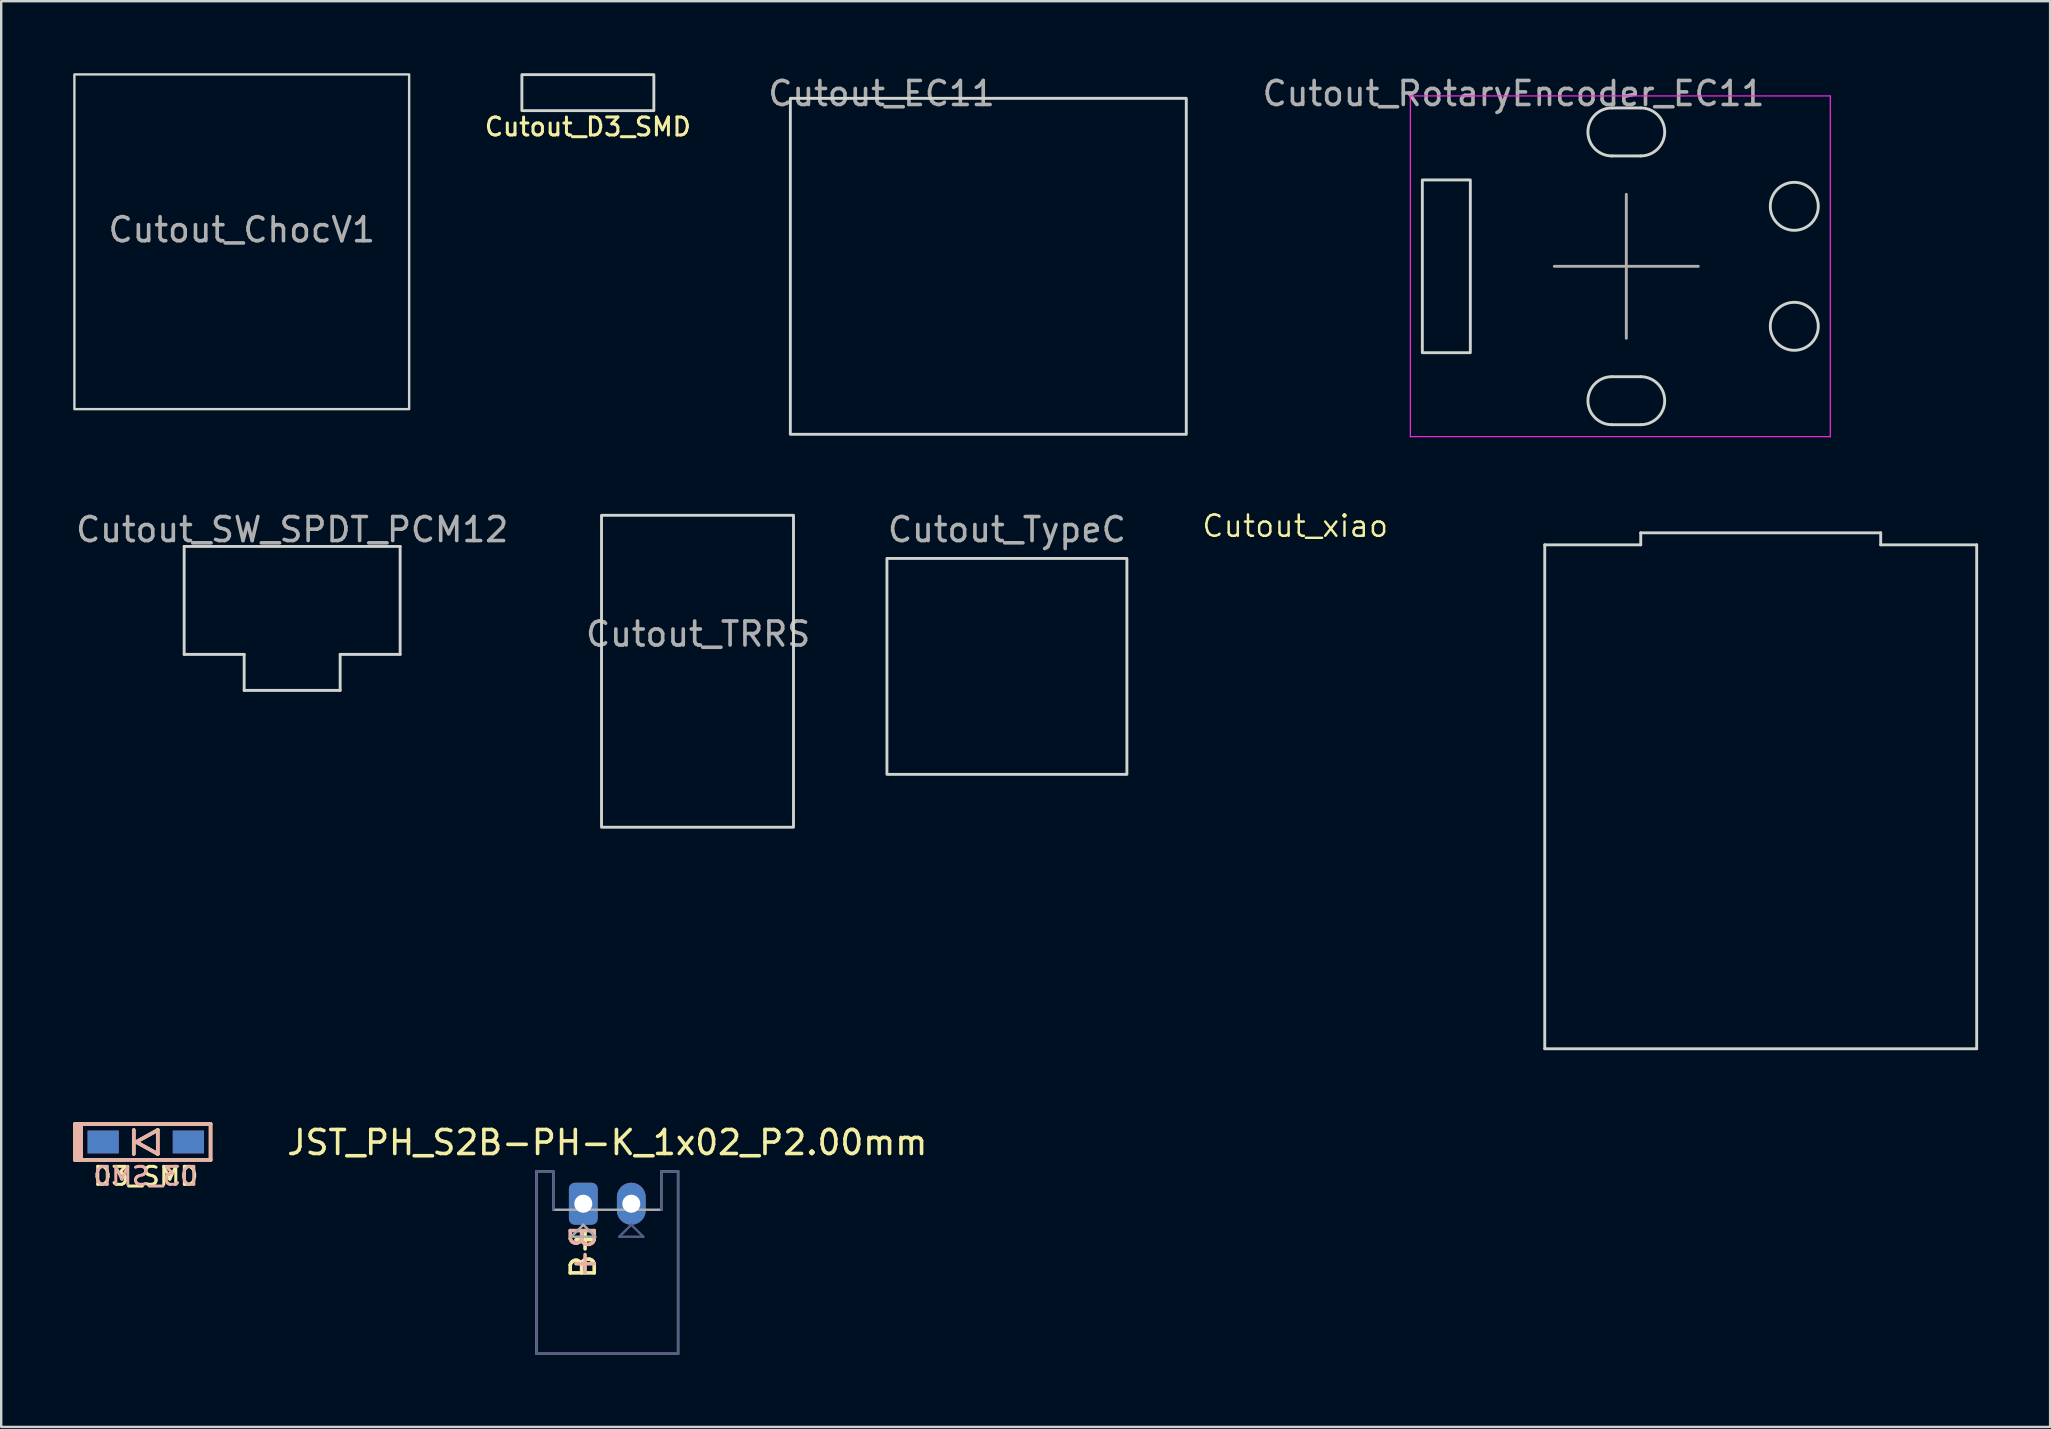
<source format=kicad_pcb>
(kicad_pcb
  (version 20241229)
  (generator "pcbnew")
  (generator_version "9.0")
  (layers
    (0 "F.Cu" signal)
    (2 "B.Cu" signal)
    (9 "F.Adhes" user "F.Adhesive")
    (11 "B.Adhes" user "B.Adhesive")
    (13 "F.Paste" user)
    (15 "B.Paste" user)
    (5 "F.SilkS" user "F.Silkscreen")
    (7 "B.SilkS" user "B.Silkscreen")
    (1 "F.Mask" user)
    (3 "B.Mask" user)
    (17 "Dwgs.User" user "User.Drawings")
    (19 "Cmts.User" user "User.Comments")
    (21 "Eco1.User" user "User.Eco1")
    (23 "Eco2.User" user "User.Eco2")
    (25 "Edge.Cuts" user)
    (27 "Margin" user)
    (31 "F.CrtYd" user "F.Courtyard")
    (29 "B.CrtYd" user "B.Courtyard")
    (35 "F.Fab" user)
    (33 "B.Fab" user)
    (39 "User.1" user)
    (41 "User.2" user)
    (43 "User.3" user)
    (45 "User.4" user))
  (footprint "Cutout_EC11"
    (layer "F.Cu")
    (at 38.386 8.048)
    (property "Reference" "Cutout_EC11" (at -4.7 -7.2 0) (layer "F.Fab") (effects (font (size 1 1) (thickness 0.15))))
    (attr through_hole)
    (fp_rect (start -8.5 -7) (end 8 7) (stroke (width 0.12) (type solid)) (fill no) (layer "Edge.Cuts")))
  (footprint "Cutout_RotaryEncoder_EC11"
    (layer "F.Cu")
    (at 64.723 8.048)
    (property "Reference" "Cutout_RotaryEncoder_EC11" (at -4.7 -7.2 0) (layer "F.Fab") (effects (font (size 1 1) (thickness 0.15))))
    (attr through_hole)
    (fp_line (start -0.6 -6.6) (end 0.6 -6.6) (stroke (width 0.12) (type solid)) (layer "Edge.Cuts"))
    (fp_line (start -0.6 -4.6) (end 0.6 -4.6) (stroke (width 0.12) (type solid)) (layer "Edge.Cuts"))
    (fp_line (start -0.6 4.6) (end 0.6 4.6) (stroke (width 0.12) (type solid)) (layer "Edge.Cuts"))
    (fp_line (start -0.6 6.6) (end 0.6 6.6) (stroke (width 0.12) (type solid)) (layer "Edge.Cuts"))
    (fp_rect (start -8.5 -3.6) (end -6.5 3.6) (stroke (width 0.12) (type solid)) (fill no) (layer "Edge.Cuts"))
    (fp_arc (start -0.6 -4.6) (mid -1.6 -5.6) (end -0.6 -6.6) (stroke (width 0.12) (type solid)) (layer "Edge.Cuts"))
    (fp_arc (start -0.6 6.6) (mid -1.6 5.6) (end -0.6 4.6) (stroke (width 0.12) (type solid)) (layer "Edge.Cuts"))
    (fp_arc (start 0.6 -6.6) (mid 1.6 -5.6) (end 0.6 -4.6) (stroke (width 0.12) (type solid)) (layer "Edge.Cuts"))
    (fp_arc (start 0.6 4.6) (mid 1.6 5.6) (end 0.6 6.6) (stroke (width 0.12) (type solid)) (layer "Edge.Cuts"))
    (fp_circle (center 7 -2.5) (end 7 -3.5) (stroke (width 0.12) (type solid)) (fill no) (layer "Edge.Cuts"))
    (fp_circle (center 7 2.5) (end 7 1.5) (stroke (width 0.12) (type solid)) (fill no) (layer "Edge.Cuts"))
    (fp_line (start -9 -7.1) (end -9 7.1) (stroke (width 0.05) (type solid)) (layer "F.CrtYd"))
    (fp_line (start -9 -7.1) (end 8.5 -7.1) (stroke (width 0.05) (type solid)) (layer "F.CrtYd"))
    (fp_line (start 8.5 7.1) (end -9 7.1) (stroke (width 0.05) (type solid)) (layer "F.CrtYd"))
    (fp_line (start 8.5 7.1) (end 8.5 -7.1) (stroke (width 0.05) (type solid)) (layer "F.CrtYd"))
    (fp_line (start -3 0) (end 3 0) (stroke (width 0.12) (type solid)) (layer "F.Fab"))
    (fp_line (start 0 -3) (end 0 3) (stroke (width 0.12) (type solid)) (layer "F.Fab")))
  (footprint "JST_PH_S2B-PH-K_1x02_P2.00mm"
    (layer "F.Cu")
    (at 21.258 47.113)
    (property "Reference" "JST_PH_S2B-PH-K_1x02_P2.00mm" (at 1 -2.55 0) (layer "F.SilkS") (effects (font (size 1 1) (thickness 0.15))))
    (attr through_hole)
    (fp_line (start -1.95 -1.35) (end -1.25 -1.35) (stroke (width 0.1) (type solid)) (layer "B.Fab"))
    (fp_line (start -1.95 6.25) (end -1.95 -1.35) (stroke (width 0.1) (type solid)) (layer "B.Fab"))
    (fp_line (start -1.25 -1.35) (end -1.25 0.25) (stroke (width 0.1) (type solid)) (layer "B.Fab"))
    (fp_line (start 1.5 1.375) (end 2 0.875) (stroke (width 0.1) (type solid)) (layer "B.Fab"))
    (fp_line (start 2 0.875) (end 2.5 1.375) (stroke (width 0.1) (type solid)) (layer "B.Fab"))
    (fp_line (start 2.5 1.375) (end 1.5 1.375) (stroke (width 0.1) (type solid)) (layer "B.Fab"))
    (fp_line (start 3.25 -1.35) (end 3.95 -1.35) (stroke (width 0.1) (type solid)) (layer "B.Fab"))
    (fp_line (start 3.25 0.25) (end 3.25 -1.35) (stroke (width 0.1) (type solid)) (layer "B.Fab"))
    (fp_line (start 3.95 -1.35) (end 3.95 6.25) (stroke (width 0.1) (type solid)) (layer "B.Fab"))
    (fp_line (start 3.95 6.25) (end -1.95 6.25) (stroke (width 0.1) (type solid)) (layer "B.Fab"))
    (fp_line (start -1.95 -1.35) (end -1.95 6.25) (stroke (width 0.1) (type solid)) (layer "F.Fab"))
    (fp_line (start -1.95 6.25) (end 3.95 6.25) (stroke (width 0.1) (type solid)) (layer "F.Fab"))
    (fp_line (start -1.25 -1.35) (end -1.95 -1.35) (stroke (width 0.1) (type solid)) (layer "F.Fab"))
    (fp_line (start -1.25 0.25) (end -1.25 -1.35) (stroke (width 0.1) (type solid)) (layer "F.Fab"))
    (fp_line (start -0.5 1.375) (end 0.5 1.375) (stroke (width 0.1) (type solid)) (layer "F.Fab"))
    (fp_line (start 0 0.875) (end -0.5 1.375) (stroke (width 0.1) (type solid)) (layer "F.Fab"))
    (fp_line (start 0.5 1.375) (end 0 0.875) (stroke (width 0.1) (type solid)) (layer "F.Fab"))
    (fp_line (start 3.25 -1.35) (end 3.25 0.25) (stroke (width 0.1) (type solid)) (layer "F.Fab"))
    (fp_line (start 3.25 0.25) (end -1.25 0.25) (stroke (width 0.1) (type solid)) (layer "F.Fab"))
    (fp_line (start 3.95 -1.35) (end 3.25 -1.35) (stroke (width 0.1) (type solid)) (layer "F.Fab"))
    (fp_line (start 3.95 6.25) (end 3.95 -1.35) (stroke (width 0.1) (type solid)) (layer "F.Fab"))
    (fp_text user "B+" (at 0 2 90) (layer "F.SilkS") (effects (font (size 1 1) (thickness 0.15))))
    (fp_text user "B+" (at 0 2 90) (layer "B.SilkS") (effects (font (size 1 1) (thickness 0.15)) (justify mirror)))
    (pad "1" thru_hole roundrect (at 0 0) (size 1.2 1.75) (drill 0.75) (layers "*.Cu" "*.Mask") (roundrect_rratio 0.208))
    (pad "2" thru_hole oval (at 2 0) (size 1.2 1.75) (drill 0.75) (layers "*.Cu" "*.Mask")))
  (footprint "Cutout_D3_SMD"
    (layer "F.Cu")
    (at 21.448 0.81)
    (property "Reference" "Cutout_D3_SMD" (at 0 1.425 0) (layer "F.SilkS") (effects (font (size 0.75 0.75) (thickness 0.125))))
    (fp_rect (start -2.75 -0.75) (end 2.75 0.75) (stroke (width 0.12) (type solid)) (fill no) (layer "Edge.Cuts")))
  (footprint "D3_SMD"
    (layer "F.Cu")
    (at 3.025 44.539)
    (property "Reference" "D3_SMD" (at 0 1.425 0) (layer "F.SilkS") (effects (font (size 0.75 0.75) (thickness 0.125))))
    (attr through_hole)
    (fp_line (start -2.95 -0.75) (end -2.95 0.75) (stroke (width 0.15) (type solid)) (layer "F.SilkS"))
    (fp_line (start -2.95 0.75) (end 2.7 0.75) (stroke (width 0.15) (type solid)) (layer "F.SilkS"))
    (fp_line (start -2.825 -0.75) (end -2.825 0.75) (stroke (width 0.15) (type solid)) (layer "F.SilkS"))
    (fp_line (start -2.7 -0.75) (end -2.7 0.75) (stroke (width 0.15) (type solid)) (layer "F.SilkS"))
    (fp_line (start -0.5 -0.5) (end -0.5 0.5) (stroke (width 0.15) (type solid)) (layer "F.SilkS"))
    (fp_line (start -0.4 0) (end 0.5 -0.5) (stroke (width 0.15) (type solid)) (layer "F.SilkS"))
    (fp_line (start 0.5 -0.5) (end 0.5 0.5) (stroke (width 0.15) (type solid)) (layer "F.SilkS"))
    (fp_line (start 0.5 0.5) (end -0.4 0) (stroke (width 0.15) (type solid)) (layer "F.SilkS"))
    (fp_line (start 2.7 -0.75) (end -2.95 -0.75) (stroke (width 0.15) (type solid)) (layer "F.SilkS"))
    (fp_line (start 2.7 -0.75) (end 2.7 0.75) (stroke (width 0.15) (type solid)) (layer "F.SilkS"))
    (fp_line (start -2.95 -0.75) (end -2.95 0.75) (stroke (width 0.15) (type solid)) (layer "B.SilkS"))
    (fp_line (start -2.95 0.75) (end 2.7 0.75) (stroke (width 0.15) (type solid)) (layer "B.SilkS"))
    (fp_line (start -2.825 -0.75) (end -2.825 0.75) (stroke (width 0.15) (type solid)) (layer "B.SilkS"))
    (fp_line (start -2.7 -0.75) (end -2.7 0.75) (stroke (width 0.15) (type solid)) (layer "B.SilkS"))
    (fp_line (start -0.5 -0.5) (end -0.5 0.5) (stroke (width 0.15) (type solid)) (layer "B.SilkS"))
    (fp_line (start -0.4 0) (end 0.5 -0.5) (stroke (width 0.15) (type solid)) (layer "B.SilkS"))
    (fp_line (start 0.5 -0.5) (end 0.5 0.5) (stroke (width 0.15) (type solid)) (layer "B.SilkS"))
    (fp_line (start 0.5 0.5) (end -0.4 0) (stroke (width 0.15) (type solid)) (layer "B.SilkS"))
    (fp_line (start 2.7 -0.75) (end -2.95 -0.75) (stroke (width 0.15) (type solid)) (layer "B.SilkS"))
    (fp_line (start 2.7 0.75) (end 2.7 -0.75) (stroke (width 0.15) (type solid)) (layer "B.SilkS"))
    (fp_text user "${REFERENCE}" (at 0 1.425 0) (layer "B.SilkS") (effects (font (size 0.75 0.75) (thickness 0.125)) (justify mirror)))
    (pad "1" smd rect (at -1.775 0) (size 1.3 0.95) (layers "F.Cu" "F.Mask" "F.Paste"))
    (pad "1" smd rect (at -1.775 0) (size 1.3 0.95) (layers "B.Cu" "B.Mask" "B.Paste"))
    (pad "2" smd rect (at 1.775 0) (size 1.3 0.95) (layers "F.Cu" "F.Mask" "F.Paste"))
    (pad "2" smd rect (at 1.775 0) (size 1.3 0.95) (layers "B.Cu" "B.Mask" "B.Paste")))
  (footprint "Cutout_SW_SPDT_PCM12"
    (layer "F.Cu")
    (at 9.125 22.221)
    (property "Reference" "Cutout_SW_SPDT_PCM12" (at 0 -3.2 0) (layer "F.Fab") (effects (font (size 1 1) (thickness 0.15))))
    (attr smd)
    (fp_line (start -4.5 -2.5) (end -4.5 2) (stroke (width 0.12) (type solid)) (layer "Edge.Cuts"))
    (fp_line (start -4.5 2) (end -2 2) (stroke (width 0.12) (type solid)) (layer "Edge.Cuts"))
    (fp_line (start -2 2) (end -2 3.5) (stroke (width 0.12) (type solid)) (layer "Edge.Cuts"))
    (fp_line (start -2 3.5) (end 2 3.5) (stroke (width 0.12) (type solid)) (layer "Edge.Cuts"))
    (fp_line (start 2 2) (end 4.5 2) (stroke (width 0.12) (type solid)) (layer "Edge.Cuts"))
    (fp_line (start 2 3.5) (end 2 2) (stroke (width 0.12) (type solid)) (layer "Edge.Cuts"))
    (fp_line (start 4.5 -2.5) (end -4.5 -2.5) (stroke (width 0.12) (type solid)) (layer "Edge.Cuts"))
    (fp_line (start 4.5 2) (end 4.5 -2.5) (stroke (width 0.12) (type solid)) (layer "Edge.Cuts")))
  (footprint "Cutout_TRRS"
    (layer "F.Cu")
    (at 26.017 18.423)
    (property "Reference" "Cutout_TRRS" (at 0.025 4.95 0) (layer "F.Fab") (effects (font (size 1 1) (thickness 0.15))))
    (attr through_hole)
    (fp_rect (start -4 0) (end 4 13) (stroke (width 0.12) (type solid)) (fill no) (layer "Edge.Cuts")))
  (footprint "Cutout_TypeC"
    (layer "F.Cu")
    (at 38.911 29.221)
    (property "Reference" "Cutout_TypeC" (at 0 -10.2 0) (layer "F.Fab") (effects (font (size 1 1) (thickness 0.15))))
    (attr through_hole)
    (fp_rect (start -5 -9) (end 5 0) (stroke (width 0.12) (type solid)) (fill no) (layer "Edge.Cuts")))
  (footprint "Cutout_xiao"
    (layer "F.Cu")
    (at 70.324 30.154)
    (property "Reference" "Cutout_xiao" (at -19.399 -11.283 0) (layer "F.SilkS") (effects (font (size 0.889 0.889) (thickness 0.102))))
    (attr smd exclude_from_pos_files)
    (fp_line (start -9 -10.5) (end -9 10.5) (stroke (width 0.12) (type solid)) (layer "Edge.Cuts"))
    (fp_line (start -9 10.5) (end 9 10.5) (stroke (width 0.12) (type solid)) (layer "Edge.Cuts"))
    (fp_line (start -5 -11) (end -5 -10.5) (stroke (width 0.12) (type solid)) (layer "Edge.Cuts"))
    (fp_line (start -5 -10.5) (end -9 -10.5) (stroke (width 0.12) (type solid)) (layer "Edge.Cuts"))
    (fp_line (start 5 -11) (end -5 -11) (stroke (width 0.12) (type solid)) (layer "Edge.Cuts"))
    (fp_line (start 5 -10.5) (end 5 -11) (stroke (width 0.12) (type solid)) (layer "Edge.Cuts"))
    (fp_line (start 9 -10.5) (end 5 -10.5) (stroke (width 0.12) (type solid)) (layer "Edge.Cuts"))
    (fp_line (start 9 10.5) (end 9 -10.5) (stroke (width 0.12) (type solid)) (layer "Edge.Cuts")))
  (footprint "Cutout_ChocV1"
    (layer "F.Cu")
    (at 7.025 7.025)
    (property "Reference" "Cutout_ChocV1" (at 0 -0.5 0) (unlocked yes) (layer "F.Fab") (effects (font (size 1 1) (thickness 0.15))))
    (fp_rect (start -6.975 -6.975) (end 6.975 6.975) (stroke (width 0.1) (type solid)) (fill no) (layer "Edge.Cuts")))
  (gr_rect
    (start -3 -3)
    (end 82.384 56.413)
    (stroke (width 0.1) (type default))
    (fill no)
    (layer "Edge.Cuts")))
</source>
